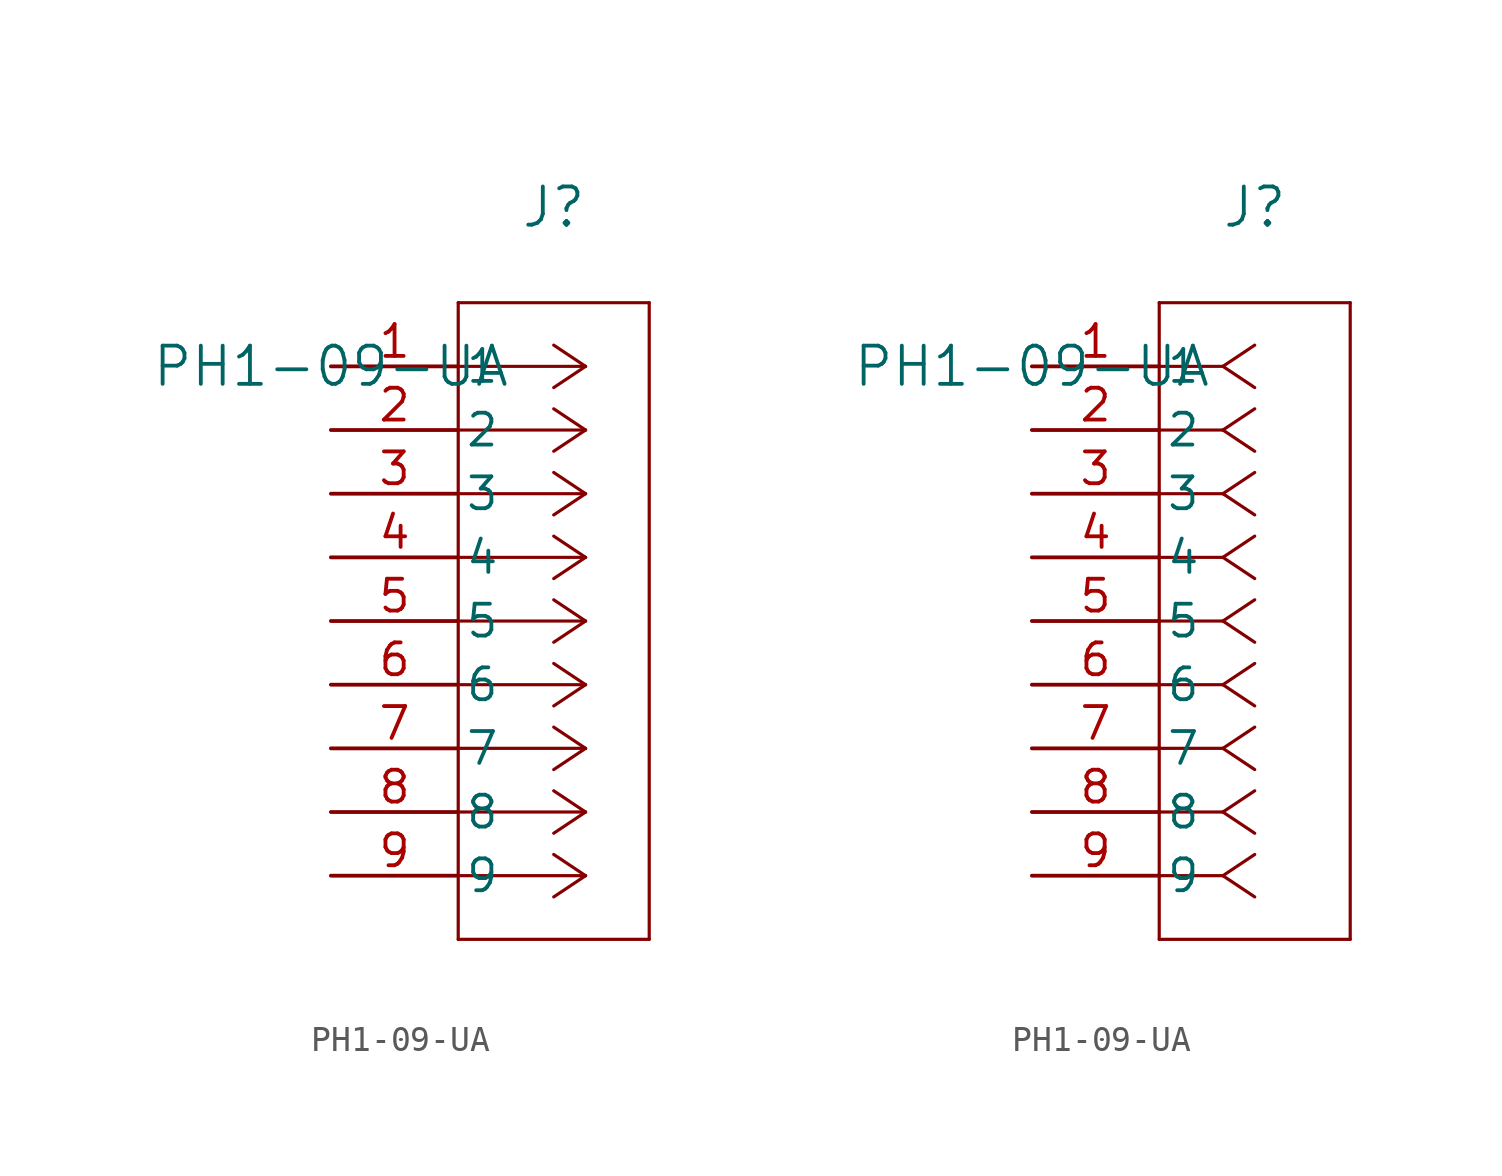
<source format=kicad_sym>
(kicad_symbol_lib
  (version 20211014)
  (generator kicad_symbol_editor)
  (symbol "PH1-09-UA"
    (pin_names
      (offset 0.254))
    (property "Reference" "J"
      (at 8.89 6.35 0)
      (effects (font (size 1.524 1.524))))
    (property "Value" "PH1-09-UA"
      (at 0 0 0)
      (effects (font (size 1.524 1.524))))
    (symbol "PH1-09-UA_1_1"
      (polyline (pts (xy 10.16 0) (xy 5.08 0)) (stroke (width 0.127) (type default) (color 0 0 0 0)) (fill (type none)))
      (polyline (pts (xy 10.16 -2.54) (xy 5.08 -2.54)) (stroke (width 0.127) (type default) (color 0 0 0 0)) (fill (type none)))
      (polyline (pts (xy 10.16 -5.08) (xy 5.08 -5.08)) (stroke (width 0.127) (type default) (color 0 0 0 0)) (fill (type none)))
      (polyline (pts (xy 10.16 -7.62) (xy 5.08 -7.62)) (stroke (width 0.127) (type default) (color 0 0 0 0)) (fill (type none)))
      (polyline (pts (xy 10.16 -10.16) (xy 5.08 -10.16)) (stroke (width 0.127) (type default) (color 0 0 0 0)) (fill (type none)))
      (polyline (pts (xy 10.16 -12.7) (xy 5.08 -12.7)) (stroke (width 0.127) (type default) (color 0 0 0 0)) (fill (type none)))
      (polyline (pts (xy 10.16 -15.24) (xy 5.08 -15.24)) (stroke (width 0.127) (type default) (color 0 0 0 0)) (fill (type none)))
      (polyline (pts (xy 10.16 -17.78) (xy 5.08 -17.78)) (stroke (width 0.127) (type default) (color 0 0 0 0)) (fill (type none)))
      (polyline (pts (xy 10.16 -20.32) (xy 5.08 -20.32)) (stroke (width 0.127) (type default) (color 0 0 0 0)) (fill (type none)))
      (polyline (pts (xy 10.16 0) (xy 8.89 0.847)) (stroke (width 0.127) (type default) (color 0 0 0 0)) (fill (type none)))
      (polyline (pts (xy 10.16 -2.54) (xy 8.89 -1.693)) (stroke (width 0.127) (type default) (color 0 0 0 0)) (fill (type none)))
      (polyline (pts (xy 10.16 -5.08) (xy 8.89 -4.233)) (stroke (width 0.127) (type default) (color 0 0 0 0)) (fill (type none)))
      (polyline (pts (xy 10.16 -7.62) (xy 8.89 -6.773)) (stroke (width 0.127) (type default) (color 0 0 0 0)) (fill (type none)))
      (polyline (pts (xy 10.16 -10.16) (xy 8.89 -9.313)) (stroke (width 0.127) (type default) (color 0 0 0 0)) (fill (type none)))
      (polyline (pts (xy 10.16 -12.7) (xy 8.89 -11.853)) (stroke (width 0.127) (type default) (color 0 0 0 0)) (fill (type none)))
      (polyline (pts (xy 10.16 -15.24) (xy 8.89 -14.393)) (stroke (width 0.127) (type default) (color 0 0 0 0)) (fill (type none)))
      (polyline (pts (xy 10.16 -17.78) (xy 8.89 -16.933)) (stroke (width 0.127) (type default) (color 0 0 0 0)) (fill (type none)))
      (polyline (pts (xy 10.16 -20.32) (xy 8.89 -19.473)) (stroke (width 0.127) (type default) (color 0 0 0 0)) (fill (type none)))
      (polyline (pts (xy 10.16 0) (xy 8.89 -0.847)) (stroke (width 0.127) (type default) (color 0 0 0 0)) (fill (type none)))
      (polyline (pts (xy 10.16 -2.54) (xy 8.89 -3.387)) (stroke (width 0.127) (type default) (color 0 0 0 0)) (fill (type none)))
      (polyline (pts (xy 10.16 -5.08) (xy 8.89 -5.927)) (stroke (width 0.127) (type default) (color 0 0 0 0)) (fill (type none)))
      (polyline (pts (xy 10.16 -7.62) (xy 8.89 -8.467)) (stroke (width 0.127) (type default) (color 0 0 0 0)) (fill (type none)))
      (polyline (pts (xy 10.16 -10.16) (xy 8.89 -11.007)) (stroke (width 0.127) (type default) (color 0 0 0 0)) (fill (type none)))
      (polyline (pts (xy 10.16 -12.7) (xy 8.89 -13.547)) (stroke (width 0.127) (type default) (color 0 0 0 0)) (fill (type none)))
      (polyline (pts (xy 10.16 -15.24) (xy 8.89 -16.087)) (stroke (width 0.127) (type default) (color 0 0 0 0)) (fill (type none)))
      (polyline (pts (xy 10.16 -17.78) (xy 8.89 -18.627)) (stroke (width 0.127) (type default) (color 0 0 0 0)) (fill (type none)))
      (polyline (pts (xy 10.16 -20.32) (xy 8.89 -21.167)) (stroke (width 0.127) (type default) (color 0 0 0 0)) (fill (type none)))
      (polyline (pts (xy 5.08 2.54) (xy 5.08 -22.86)) (stroke (width 0.127) (type default) (color 0 0 0 0)) (fill (type none)))
      (polyline (pts (xy 5.08 -22.86) (xy 12.7 -22.86)) (stroke (width 0.127) (type default) (color 0 0 0 0)) (fill (type none)))
      (polyline (pts (xy 12.7 -22.86) (xy 12.7 2.54)) (stroke (width 0.127) (type default) (color 0 0 0 0)) (fill (type none)))
      (polyline (pts (xy 12.7 2.54) (xy 5.08 2.54)) (stroke (width 0.127) (type default) (color 0 0 0 0)) (fill (type none)))
      (pin unspecified line (at 0 0 0) (length 5.08) (name "1" (effects (font (size 1.27 1.27)))) (number "1" (effects (font (size 1.27 1.27)))))
      (pin unspecified line (at 0 -2.54 0) (length 5.08) (name "2" (effects (font (size 1.27 1.27)))) (number "2" (effects (font (size 1.27 1.27)))))
      (pin unspecified line (at 0 -5.08 0) (length 5.08) (name "3" (effects (font (size 1.27 1.27)))) (number "3" (effects (font (size 1.27 1.27)))))
      (pin unspecified line (at 0 -7.62 0) (length 5.08) (name "4" (effects (font (size 1.27 1.27)))) (number "4" (effects (font (size 1.27 1.27)))))
      (pin unspecified line (at 0 -10.16 0) (length 5.08) (name "5" (effects (font (size 1.27 1.27)))) (number "5" (effects (font (size 1.27 1.27)))))
      (pin unspecified line (at 0 -12.7 0) (length 5.08) (name "6" (effects (font (size 1.27 1.27)))) (number "6" (effects (font (size 1.27 1.27)))))
      (pin unspecified line (at 0 -15.24 0) (length 5.08) (name "7" (effects (font (size 1.27 1.27)))) (number "7" (effects (font (size 1.27 1.27)))))
      (pin unspecified line (at 0 -17.78 0) (length 5.08) (name "8" (effects (font (size 1.27 1.27)))) (number "8" (effects (font (size 1.27 1.27)))))
      (pin unspecified line (at 0 -20.32 0) (length 5.08) (name "9" (effects (font (size 1.27 1.27)))) (number "9" (effects (font (size 1.27 1.27))))))
    (symbol "PH1-09-UA_1_2"
      (polyline (pts (xy 7.62 0) (xy 5.08 0)) (stroke (width 0.127) (type default) (color 0 0 0 0)) (fill (type none)))
      (polyline (pts (xy 7.62 -2.54) (xy 5.08 -2.54)) (stroke (width 0.127) (type default) (color 0 0 0 0)) (fill (type none)))
      (polyline (pts (xy 7.62 -5.08) (xy 5.08 -5.08)) (stroke (width 0.127) (type default) (color 0 0 0 0)) (fill (type none)))
      (polyline (pts (xy 7.62 -7.62) (xy 5.08 -7.62)) (stroke (width 0.127) (type default) (color 0 0 0 0)) (fill (type none)))
      (polyline (pts (xy 7.62 -10.16) (xy 5.08 -10.16)) (stroke (width 0.127) (type default) (color 0 0 0 0)) (fill (type none)))
      (polyline (pts (xy 7.62 -12.7) (xy 5.08 -12.7)) (stroke (width 0.127) (type default) (color 0 0 0 0)) (fill (type none)))
      (polyline (pts (xy 7.62 -15.24) (xy 5.08 -15.24)) (stroke (width 0.127) (type default) (color 0 0 0 0)) (fill (type none)))
      (polyline (pts (xy 7.62 -17.78) (xy 5.08 -17.78)) (stroke (width 0.127) (type default) (color 0 0 0 0)) (fill (type none)))
      (polyline (pts (xy 7.62 -20.32) (xy 5.08 -20.32)) (stroke (width 0.127) (type default) (color 0 0 0 0)) (fill (type none)))
      (polyline (pts (xy 7.62 0) (xy 8.89 0.847)) (stroke (width 0.127) (type default) (color 0 0 0 0)) (fill (type none)))
      (polyline (pts (xy 7.62 -2.54) (xy 8.89 -1.693)) (stroke (width 0.127) (type default) (color 0 0 0 0)) (fill (type none)))
      (polyline (pts (xy 7.62 -5.08) (xy 8.89 -4.233)) (stroke (width 0.127) (type default) (color 0 0 0 0)) (fill (type none)))
      (polyline (pts (xy 7.62 -7.62) (xy 8.89 -6.773)) (stroke (width 0.127) (type default) (color 0 0 0 0)) (fill (type none)))
      (polyline (pts (xy 7.62 -10.16) (xy 8.89 -9.313)) (stroke (width 0.127) (type default) (color 0 0 0 0)) (fill (type none)))
      (polyline (pts (xy 7.62 -12.7) (xy 8.89 -11.853)) (stroke (width 0.127) (type default) (color 0 0 0 0)) (fill (type none)))
      (polyline (pts (xy 7.62 -15.24) (xy 8.89 -14.393)) (stroke (width 0.127) (type default) (color 0 0 0 0)) (fill (type none)))
      (polyline (pts (xy 7.62 -17.78) (xy 8.89 -16.933)) (stroke (width 0.127) (type default) (color 0 0 0 0)) (fill (type none)))
      (polyline (pts (xy 7.62 -20.32) (xy 8.89 -19.473)) (stroke (width 0.127) (type default) (color 0 0 0 0)) (fill (type none)))
      (polyline (pts (xy 7.62 0) (xy 8.89 -0.847)) (stroke (width 0.127) (type default) (color 0 0 0 0)) (fill (type none)))
      (polyline (pts (xy 7.62 -2.54) (xy 8.89 -3.387)) (stroke (width 0.127) (type default) (color 0 0 0 0)) (fill (type none)))
      (polyline (pts (xy 7.62 -5.08) (xy 8.89 -5.927)) (stroke (width 0.127) (type default) (color 0 0 0 0)) (fill (type none)))
      (polyline (pts (xy 7.62 -7.62) (xy 8.89 -8.467)) (stroke (width 0.127) (type default) (color 0 0 0 0)) (fill (type none)))
      (polyline (pts (xy 7.62 -10.16) (xy 8.89 -11.007)) (stroke (width 0.127) (type default) (color 0 0 0 0)) (fill (type none)))
      (polyline (pts (xy 7.62 -12.7) (xy 8.89 -13.547)) (stroke (width 0.127) (type default) (color 0 0 0 0)) (fill (type none)))
      (polyline (pts (xy 7.62 -15.24) (xy 8.89 -16.087)) (stroke (width 0.127) (type default) (color 0 0 0 0)) (fill (type none)))
      (polyline (pts (xy 7.62 -17.78) (xy 8.89 -18.627)) (stroke (width 0.127) (type default) (color 0 0 0 0)) (fill (type none)))
      (polyline (pts (xy 7.62 -20.32) (xy 8.89 -21.167)) (stroke (width 0.127) (type default) (color 0 0 0 0)) (fill (type none)))
      (polyline (pts (xy 5.08 2.54) (xy 5.08 -22.86)) (stroke (width 0.127) (type default) (color 0 0 0 0)) (fill (type none)))
      (polyline (pts (xy 5.08 -22.86) (xy 12.7 -22.86)) (stroke (width 0.127) (type default) (color 0 0 0 0)) (fill (type none)))
      (polyline (pts (xy 12.7 -22.86) (xy 12.7 2.54)) (stroke (width 0.127) (type default) (color 0 0 0 0)) (fill (type none)))
      (polyline (pts (xy 12.7 2.54) (xy 5.08 2.54)) (stroke (width 0.127) (type default) (color 0 0 0 0)) (fill (type none)))
      (pin unspecified line (at 0 0 0) (length 5.08) (name "1" (effects (font (size 1.27 1.27)))) (number "1" (effects (font (size 1.27 1.27)))))
      (pin unspecified line (at 0 -2.54 0) (length 5.08) (name "2" (effects (font (size 1.27 1.27)))) (number "2" (effects (font (size 1.27 1.27)))))
      (pin unspecified line (at 0 -5.08 0) (length 5.08) (name "3" (effects (font (size 1.27 1.27)))) (number "3" (effects (font (size 1.27 1.27)))))
      (pin unspecified line (at 0 -7.62 0) (length 5.08) (name "4" (effects (font (size 1.27 1.27)))) (number "4" (effects (font (size 1.27 1.27)))))
      (pin unspecified line (at 0 -10.16 0) (length 5.08) (name "5" (effects (font (size 1.27 1.27)))) (number "5" (effects (font (size 1.27 1.27)))))
      (pin unspecified line (at 0 -12.7 0) (length 5.08) (name "6" (effects (font (size 1.27 1.27)))) (number "6" (effects (font (size 1.27 1.27)))))
      (pin unspecified line (at 0 -15.24 0) (length 5.08) (name "7" (effects (font (size 1.27 1.27)))) (number "7" (effects (font (size 1.27 1.27)))))
      (pin unspecified line (at 0 -17.78 0) (length 5.08) (name "8" (effects (font (size 1.27 1.27)))) (number "8" (effects (font (size 1.27 1.27)))))
      (pin unspecified line (at 0 -20.32 0) (length 5.08) (name "9" (effects (font (size 1.27 1.27)))) (number "9" (effects (font (size 1.27 1.27))))))))
</source>
